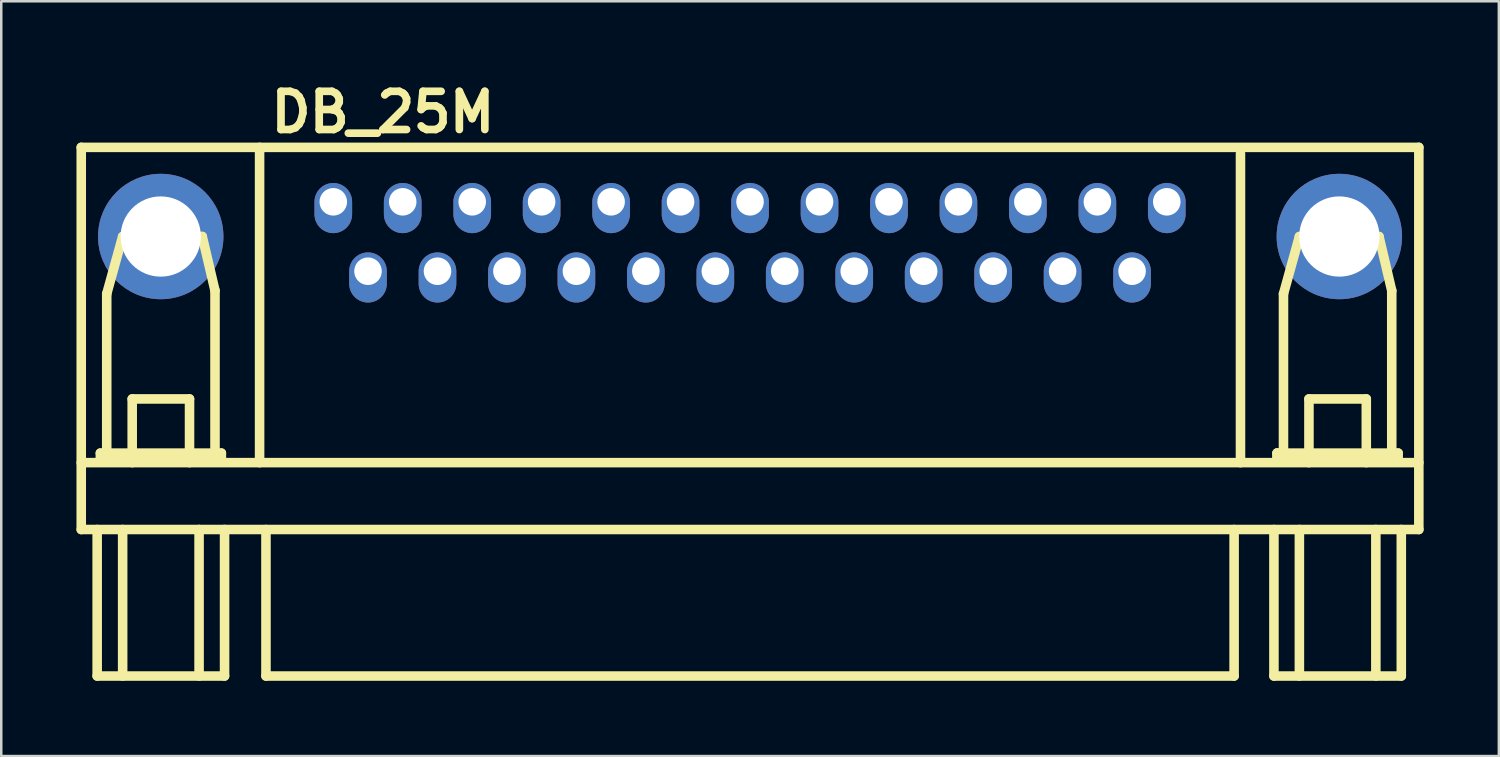
<source format=kicad_pcb>
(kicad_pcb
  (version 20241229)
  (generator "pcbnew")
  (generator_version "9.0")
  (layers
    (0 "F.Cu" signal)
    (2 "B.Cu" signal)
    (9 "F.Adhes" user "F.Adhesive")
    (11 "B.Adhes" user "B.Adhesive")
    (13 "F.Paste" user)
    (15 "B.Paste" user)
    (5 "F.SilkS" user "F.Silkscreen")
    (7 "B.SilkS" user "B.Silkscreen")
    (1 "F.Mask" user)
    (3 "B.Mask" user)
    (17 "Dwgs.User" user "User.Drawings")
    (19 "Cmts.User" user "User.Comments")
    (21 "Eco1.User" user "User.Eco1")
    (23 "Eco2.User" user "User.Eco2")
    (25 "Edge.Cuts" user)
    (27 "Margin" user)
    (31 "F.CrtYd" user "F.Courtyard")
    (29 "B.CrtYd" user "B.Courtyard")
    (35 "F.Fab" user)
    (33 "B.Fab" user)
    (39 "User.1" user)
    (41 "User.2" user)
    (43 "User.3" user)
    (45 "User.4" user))
  (footprint "DB_25M"
    (layer "F.Cu")
    (at 26.86 13.494)
    (property "Reference" "DB_25M" (at -14.64 -12.068 0) (layer "F.SilkS") (effects (font (size 1.524 1.524) (thickness 0.305))))
    (attr through_hole)
    (fp_line (start -26.67 -10.668) (end -26.67 4.572) (stroke (width 0.381) (type solid)) (layer "F.SilkS"))
    (fp_line (start -26.67 1.905) (end 26.67 1.905) (stroke (width 0.381) (type solid)) (layer "F.SilkS"))
    (fp_line (start -26.035 4.572) (end -26.035 10.414) (stroke (width 0.381) (type solid)) (layer "F.SilkS"))
    (fp_line (start -26.035 10.414) (end -20.955 10.414) (stroke (width 0.381) (type solid)) (layer "F.SilkS"))
    (fp_line (start -25.908 1.524) (end -25.908 1.778) (stroke (width 0.381) (type solid)) (layer "F.SilkS"))
    (fp_line (start -25.908 1.778) (end -21.082 1.778) (stroke (width 0.381) (type solid)) (layer "F.SilkS"))
    (fp_line (start -25.654 -4.826) (end -25.019 -7.112) (stroke (width 0.381) (type solid)) (layer "F.SilkS"))
    (fp_line (start -25.654 1.524) (end -25.654 -4.826) (stroke (width 0.381) (type solid)) (layer "F.SilkS"))
    (fp_line (start -25.019 -7.112) (end -21.844 -7.112) (stroke (width 0.381) (type solid)) (layer "F.SilkS"))
    (fp_line (start -25.019 4.572) (end -25.019 10.414) (stroke (width 0.381) (type solid)) (layer "F.SilkS"))
    (fp_line (start -24.638 -0.635) (end -22.352 -0.635) (stroke (width 0.381) (type solid)) (layer "F.SilkS"))
    (fp_line (start -24.638 1.905) (end -24.638 -0.635) (stroke (width 0.381) (type solid)) (layer "F.SilkS"))
    (fp_line (start -22.352 -0.635) (end -22.352 1.905) (stroke (width 0.381) (type solid)) (layer "F.SilkS"))
    (fp_line (start -21.971 4.572) (end -21.971 10.414) (stroke (width 0.381) (type solid)) (layer "F.SilkS"))
    (fp_line (start -21.844 -7.112) (end -21.336 -4.953) (stroke (width 0.381) (type solid)) (layer "F.SilkS"))
    (fp_line (start -21.336 -4.953) (end -21.336 1.524) (stroke (width 0.381) (type solid)) (layer "F.SilkS"))
    (fp_line (start -21.082 1.524) (end -25.908 1.524) (stroke (width 0.381) (type solid)) (layer "F.SilkS"))
    (fp_line (start -21.082 1.778) (end -21.082 1.524) (stroke (width 0.381) (type solid)) (layer "F.SilkS"))
    (fp_line (start -20.955 4.572) (end -20.955 10.414) (stroke (width 0.381) (type solid)) (layer "F.SilkS"))
    (fp_line (start -19.558 1.905) (end -19.558 -10.668) (stroke (width 0.381) (type solid)) (layer "F.SilkS"))
    (fp_line (start -19.304 4.572) (end -19.304 10.414) (stroke (width 0.381) (type solid)) (layer "F.SilkS"))
    (fp_line (start 19.304 10.414) (end -19.304 10.414) (stroke (width 0.381) (type solid)) (layer "F.SilkS"))
    (fp_line (start 19.304 10.414) (end 19.304 4.572) (stroke (width 0.381) (type solid)) (layer "F.SilkS"))
    (fp_line (start 19.558 1.905) (end 19.558 -10.414) (stroke (width 0.381) (type solid)) (layer "F.SilkS"))
    (fp_line (start 20.892 4.572) (end 20.892 10.414) (stroke (width 0.381) (type solid)) (layer "F.SilkS"))
    (fp_line (start 20.892 10.414) (end 25.971 10.414) (stroke (width 0.381) (type solid)) (layer "F.SilkS"))
    (fp_line (start 21.018 1.524) (end 21.018 1.778) (stroke (width 0.381) (type solid)) (layer "F.SilkS"))
    (fp_line (start 21.018 1.524) (end 21.018 1.778) (stroke (width 0.381) (type solid)) (layer "F.SilkS"))
    (fp_line (start 21.018 1.778) (end 25.845 1.778) (stroke (width 0.381) (type solid)) (layer "F.SilkS"))
    (fp_line (start 21.273 -4.826) (end 21.907 -7.112) (stroke (width 0.381) (type solid)) (layer "F.SilkS"))
    (fp_line (start 21.273 1.524) (end 21.273 -4.826) (stroke (width 0.381) (type solid)) (layer "F.SilkS"))
    (fp_line (start 21.907 -7.112) (end 25.082 -7.112) (stroke (width 0.381) (type solid)) (layer "F.SilkS"))
    (fp_line (start 21.907 4.572) (end 21.907 10.414) (stroke (width 0.381) (type solid)) (layer "F.SilkS"))
    (fp_line (start 22.288 -0.635) (end 24.575 -0.635) (stroke (width 0.381) (type solid)) (layer "F.SilkS"))
    (fp_line (start 22.288 1.905) (end 22.288 -0.635) (stroke (width 0.381) (type solid)) (layer "F.SilkS"))
    (fp_line (start 24.575 -0.635) (end 24.575 1.905) (stroke (width 0.381) (type solid)) (layer "F.SilkS"))
    (fp_line (start 24.956 4.572) (end 24.956 10.414) (stroke (width 0.381) (type solid)) (layer "F.SilkS"))
    (fp_line (start 25.082 -7.112) (end 25.59 -4.953) (stroke (width 0.381) (type solid)) (layer "F.SilkS"))
    (fp_line (start 25.59 -4.953) (end 25.59 1.524) (stroke (width 0.381) (type solid)) (layer "F.SilkS"))
    (fp_line (start 25.845 1.524) (end 21.018 1.524) (stroke (width 0.381) (type solid)) (layer "F.SilkS"))
    (fp_line (start 25.845 1.778) (end 25.845 1.524) (stroke (width 0.381) (type solid)) (layer "F.SilkS"))
    (fp_line (start 25.971 4.572) (end 25.971 10.414) (stroke (width 0.381) (type solid)) (layer "F.SilkS"))
    (fp_line (start 26.67 -10.668) (end -26.67 -10.668) (stroke (width 0.381) (type solid)) (layer "F.SilkS"))
    (fp_line (start 26.67 -10.668) (end 26.67 4.572) (stroke (width 0.381) (type solid)) (layer "F.SilkS"))
    (fp_line (start 26.67 4.572) (end -26.67 4.572) (stroke (width 0.381) (type solid)) (layer "F.SilkS"))
    (pad "0" thru_hole circle (at -23.5 -7.112) (size 5.001 5.001) (drill 3.2) (layers "*.Cu" "*.Mask"))
    (pad "0" thru_hole circle (at 23.5 -7.112) (size 5.001 5.001) (drill 3.2) (layers "*.Cu" "*.Mask"))
    (pad "1" thru_hole oval (at -16.619 -8.496) (size 1.501 1.999) (drill 1.1 (offset 0 0.249)) (layers "*.Cu" "*.Mask"))
    (pad "2" thru_hole oval (at -13.851 -8.496) (size 1.501 1.999) (drill 1.1 (offset 0 0.249)) (layers "*.Cu" "*.Mask"))
    (pad "3" thru_hole oval (at -11.079 -8.496) (size 1.501 1.999) (drill 1.1 (offset 0 0.249)) (layers "*.Cu" "*.Mask"))
    (pad "4" thru_hole oval (at -8.311 -8.496) (size 1.501 1.999) (drill 1.1 (offset 0 0.249)) (layers "*.Cu" "*.Mask"))
    (pad "5" thru_hole oval (at -5.54 -8.496) (size 1.501 1.999) (drill 1.1 (offset 0 0.249)) (layers "*.Cu" "*.Mask"))
    (pad "6" thru_hole oval (at -2.771 -8.496) (size 1.501 1.999) (drill 1.1 (offset 0 0.249)) (layers "*.Cu" "*.Mask"))
    (pad "7" thru_hole oval (at 0 -8.496) (size 1.501 1.999) (drill 1.1 (offset 0 0.249)) (layers "*.Cu" "*.Mask"))
    (pad "8" thru_hole oval (at 2.771 -8.496) (size 1.501 1.999) (drill 1.1 (offset 0 0.249)) (layers "*.Cu" "*.Mask"))
    (pad "9" thru_hole oval (at 5.54 -8.496) (size 1.501 1.999) (drill 1.1 (offset 0 0.249)) (layers "*.Cu" "*.Mask"))
    (pad "10" thru_hole oval (at 8.311 -8.496) (size 1.501 1.999) (drill 1.1 (offset 0 0.249)) (layers "*.Cu" "*.Mask"))
    (pad "11" thru_hole oval (at 11.079 -8.496) (size 1.501 1.999) (drill 1.1 (offset 0 0.249)) (layers "*.Cu" "*.Mask"))
    (pad "12" thru_hole oval (at 13.851 -8.496) (size 1.501 1.999) (drill 1.1 (offset 0 0.249)) (layers "*.Cu" "*.Mask"))
    (pad "13" thru_hole oval (at 16.619 -8.496) (size 1.501 1.999) (drill 1.1 (offset 0 0.249)) (layers "*.Cu" "*.Mask"))
    (pad "14" thru_hole oval (at -15.235 -5.728) (size 1.501 1.999) (drill 1.1 (offset 0 0.249)) (layers "*.Cu" "*.Mask"))
    (pad "15" thru_hole oval (at -12.464 -5.728) (size 1.501 1.999) (drill 1.1 (offset 0 0.249)) (layers "*.Cu" "*.Mask"))
    (pad "16" thru_hole oval (at -9.695 -5.728) (size 1.501 1.999) (drill 1.1 (offset 0 0.249)) (layers "*.Cu" "*.Mask"))
    (pad "17" thru_hole oval (at -6.924 -5.728) (size 1.501 1.999) (drill 1.1 (offset 0 0.249)) (layers "*.Cu" "*.Mask"))
    (pad "18" thru_hole oval (at -4.155 -5.728) (size 1.501 1.999) (drill 1.1 (offset 0 0.249)) (layers "*.Cu" "*.Mask"))
    (pad "19" thru_hole oval (at -1.384 -5.728) (size 1.501 1.999) (drill 1.1 (offset 0 0.249)) (layers "*.Cu" "*.Mask"))
    (pad "20" thru_hole oval (at 1.384 -5.728) (size 1.501 1.999) (drill 1.1 (offset 0 0.249)) (layers "*.Cu" "*.Mask"))
    (pad "21" thru_hole oval (at 4.155 -5.728) (size 1.501 1.999) (drill 1.1 (offset 0 0.249)) (layers "*.Cu" "*.Mask"))
    (pad "22" thru_hole oval (at 6.924 -5.728) (size 1.501 1.999) (drill 1.1 (offset 0 0.249)) (layers "*.Cu" "*.Mask"))
    (pad "23" thru_hole oval (at 9.695 -5.728) (size 1.501 1.999) (drill 1.1 (offset 0 0.249)) (layers "*.Cu" "*.Mask"))
    (pad "24" thru_hole oval (at 12.464 -5.728) (size 1.501 1.999) (drill 1.1 (offset 0 0.249)) (layers "*.Cu" "*.Mask"))
    (pad "25" thru_hole oval (at 15.235 -5.728) (size 1.501 1.999) (drill 1.1 (offset 0 0.249)) (layers "*.Cu" "*.Mask")))
  (gr_rect
    (start -3 -3)
    (end 56.721 27.099)
    (stroke (width 0.1) (type default))
    (fill no)
    (layer "Edge.Cuts")))
</source>
